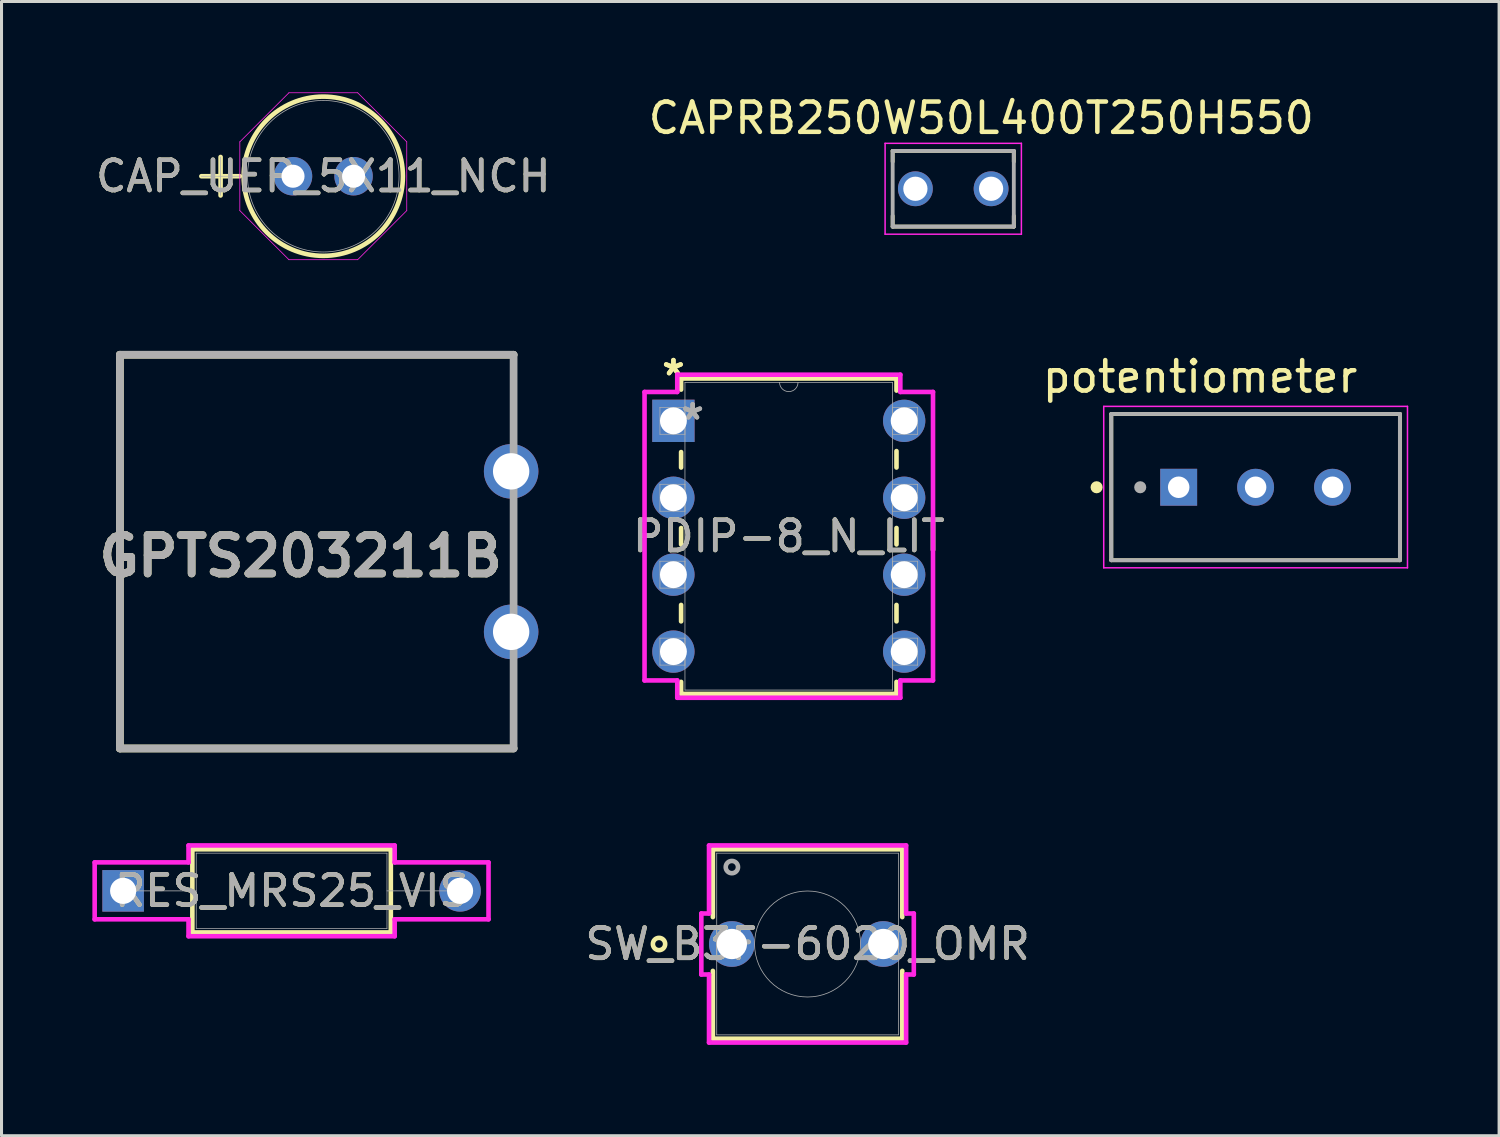
<source format=kicad_pcb>
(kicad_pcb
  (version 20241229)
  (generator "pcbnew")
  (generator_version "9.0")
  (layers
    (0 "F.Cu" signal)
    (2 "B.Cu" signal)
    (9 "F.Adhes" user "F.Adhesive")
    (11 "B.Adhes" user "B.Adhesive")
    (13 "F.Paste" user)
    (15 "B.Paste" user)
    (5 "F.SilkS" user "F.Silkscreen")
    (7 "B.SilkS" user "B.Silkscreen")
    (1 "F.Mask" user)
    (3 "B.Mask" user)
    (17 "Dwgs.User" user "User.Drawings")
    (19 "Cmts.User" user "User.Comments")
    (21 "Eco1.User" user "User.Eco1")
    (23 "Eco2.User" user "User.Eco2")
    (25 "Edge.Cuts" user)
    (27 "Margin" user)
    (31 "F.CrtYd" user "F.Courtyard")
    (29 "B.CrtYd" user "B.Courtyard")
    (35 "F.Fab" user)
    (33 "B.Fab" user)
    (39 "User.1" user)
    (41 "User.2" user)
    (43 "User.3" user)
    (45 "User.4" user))
  (footprint "potentiometer"
    (layer "F.Cu")
    (at 38.41 13.039)
    (property "Reference" "potentiometer" (at -1.833 -3.651 0) (layer "F.SilkS") (effects (font (size 1.004 1.004) (thickness 0.15))))
    (attr through_hole)
    (fp_line (start -4.765 -2.42) (end 4.765 -2.42) (stroke (width 0.127) (type solid)) (layer "F.SilkS"))
    (fp_line (start -4.765 2.41) (end -4.765 -2.42) (stroke (width 0.127) (type solid)) (layer "F.SilkS"))
    (fp_line (start 4.765 -2.42) (end 4.765 2.41) (stroke (width 0.127) (type solid)) (layer "F.SilkS"))
    (fp_line (start 4.765 2.41) (end -4.765 2.41) (stroke (width 0.127) (type solid)) (layer "F.SilkS"))
    (fp_circle (center -5.25 0) (end -5.15 0) (stroke (width 0.2) (type solid)) (fill no) (layer "F.SilkS"))
    (fp_line (start -5.015 -2.67) (end 5.015 -2.67) (stroke (width 0.05) (type solid)) (layer "F.CrtYd"))
    (fp_line (start -5.015 2.66) (end -5.015 -2.67) (stroke (width 0.05) (type solid)) (layer "F.CrtYd"))
    (fp_line (start 5.015 -2.67) (end 5.015 2.66) (stroke (width 0.05) (type solid)) (layer "F.CrtYd"))
    (fp_line (start 5.015 2.66) (end -5.015 2.66) (stroke (width 0.05) (type solid)) (layer "F.CrtYd"))
    (fp_line (start -4.765 -2.42) (end 4.765 -2.42) (stroke (width 0.127) (type solid)) (layer "F.Fab"))
    (fp_line (start -4.765 2.41) (end -4.765 -2.42) (stroke (width 0.127) (type solid)) (layer "F.Fab"))
    (fp_line (start 4.765 -2.42) (end 4.765 2.41) (stroke (width 0.127) (type solid)) (layer "F.Fab"))
    (fp_line (start 4.765 2.41) (end -4.765 2.41) (stroke (width 0.127) (type solid)) (layer "F.Fab"))
    (fp_circle (center -3.81 0) (end -3.71 0) (stroke (width 0.2) (type solid)) (fill no) (layer "F.Fab"))
    (pad "1" thru_hole rect (at -2.54 0) (size 1.218 1.218) (drill 0.71) (layers "*.Cu" "*.Mask"))
    (pad "2" thru_hole circle (at 0 0) (size 1.218 1.218) (drill 0.71) (layers "*.Cu" "*.Mask"))
    (pad "3" thru_hole circle (at 2.54 0) (size 1.218 1.218) (drill 0.71) (layers "*.Cu" "*.Mask")))
  (footprint "CAP_UEP_5X11_NCH"
    (layer "F.Cu")
    (at 6.625 2.769)
    (property "Reference" "CAP_UEP_5X11_NCH" (at 1 0 0) (unlocked yes) (layer "F.SilkS") (effects (font (size 1 1) (thickness 0.15))))
    (attr through_hole)
    (fp_line (start -3.026 0) (end -1.756 0) (stroke (width 0.152) (type solid)) (layer "F.SilkS"))
    (fp_line (start -2.391 -0.635) (end -2.391 0.635) (stroke (width 0.152) (type solid)) (layer "F.SilkS"))
    (fp_circle (center 1 0) (end 3.629 0) (stroke (width 0.152) (type solid)) (fill no) (layer "F.SilkS"))
    (fp_line (start -1.756 -1.135) (end -0.135 -2.756) (stroke (width 0.025) (type solid)) (layer "F.CrtYd"))
    (fp_line (start -1.756 1.135) (end -1.756 -1.135) (stroke (width 0.025) (type solid)) (layer "F.CrtYd"))
    (fp_line (start -0.135 -2.756) (end 2.135 -2.756) (stroke (width 0.025) (type solid)) (layer "F.CrtYd"))
    (fp_line (start -0.135 2.756) (end -1.756 1.135) (stroke (width 0.025) (type solid)) (layer "F.CrtYd"))
    (fp_line (start 2.135 -2.756) (end 3.756 -1.135) (stroke (width 0.025) (type solid)) (layer "F.CrtYd"))
    (fp_line (start 2.135 2.756) (end -0.135 2.756) (stroke (width 0.025) (type solid)) (layer "F.CrtYd"))
    (fp_line (start 3.756 -1.135) (end 3.756 1.135) (stroke (width 0.025) (type solid)) (layer "F.CrtYd"))
    (fp_line (start 3.756 1.135) (end 2.135 2.756) (stroke (width 0.025) (type solid)) (layer "F.CrtYd"))
    (fp_line (start -3.026 0) (end -1.756 0) (stroke (width 0.025) (type solid)) (layer "F.Fab"))
    (fp_line (start -2.391 -0.635) (end -2.391 0.635) (stroke (width 0.025) (type solid)) (layer "F.Fab"))
    (fp_circle (center 1 0) (end 3.502 0) (stroke (width 0.025) (type solid)) (fill no) (layer "F.Fab"))
    (fp_text user "${REFERENCE}" (at 1 0 0) (unlocked yes) (layer "F.Fab") (effects (font (size 1 1) (thickness 0.15))))
    (pad "1" thru_hole circle (at 0 0) (size 1.27 1.27) (drill 0.762) (layers "*.Cu" "*.Mask"))
    (pad "2" thru_hole circle (at 2 0) (size 1.27 1.27) (drill 0.762) (layers "*.Cu" "*.Mask")))
  (footprint "CAPRB250W50L400T250H550"
    (layer "F.Cu")
    (at 28.426 3.183)
    (property "Reference" "CAPRB250W50L400T250H550" (at 0.925 -2.335 0) (layer "F.SilkS") (effects (font (size 1 1) (thickness 0.15))))
    (attr through_hole)
    (fp_line (start -2 -1.25) (end -2 -0.895) (stroke (width 0.127) (type solid)) (layer "F.SilkS"))
    (fp_line (start -2 -1.25) (end 2 -1.25) (stroke (width 0.127) (type solid)) (layer "F.SilkS"))
    (fp_line (start -2 1.25) (end -2 0.895) (stroke (width 0.127) (type solid)) (layer "F.SilkS"))
    (fp_line (start -2 1.25) (end 2 1.25) (stroke (width 0.127) (type solid)) (layer "F.SilkS"))
    (fp_line (start 2 -1.25) (end 2 -0.895) (stroke (width 0.127) (type solid)) (layer "F.SilkS"))
    (fp_line (start 2 1.25) (end 2 0.895) (stroke (width 0.127) (type solid)) (layer "F.SilkS"))
    (fp_line (start -2.25 -1.5) (end -2.25 1.5) (stroke (width 0.05) (type solid)) (layer "F.CrtYd"))
    (fp_line (start -2.25 -1.5) (end 2.25 -1.5) (stroke (width 0.05) (type solid)) (layer "F.CrtYd"))
    (fp_line (start 2.25 -1.5) (end 2.25 1.5) (stroke (width 0.05) (type solid)) (layer "F.CrtYd"))
    (fp_line (start 2.25 1.5) (end -2.25 1.5) (stroke (width 0.05) (type solid)) (layer "F.CrtYd"))
    (fp_line (start -2 -1.25) (end -2 1.25) (stroke (width 0.127) (type solid)) (layer "F.Fab"))
    (fp_line (start -2 -1.25) (end 2 -1.25) (stroke (width 0.127) (type solid)) (layer "F.Fab"))
    (fp_line (start 2 -1.25) (end 2 1.25) (stroke (width 0.127) (type solid)) (layer "F.Fab"))
    (fp_line (start 2 1.25) (end -2 1.25) (stroke (width 0.127) (type solid)) (layer "F.Fab"))
    (pad "1" thru_hole circle (at -1.25 0) (size 1.15 1.15) (drill 0.8) (layers "*.Cu" "*.Mask"))
    (pad "2" thru_hole circle (at 1.25 0) (size 1.15 1.15) (drill 0.8) (layers "*.Cu" "*.Mask")))
  (footprint "GPTS203211B"
    (layer "F.Cu")
    (at 13.909 15.164)
    (property "Reference" "GPTS203211B" (at -7.033 0.148 0) (layer "F.SilkS") (effects (font (size 1.27 1.27) (thickness 0.254))))
    (attr through_hole)
    (fp_line (start -13 -6.5) (end -13 6.5) (stroke (width 0.254) (type solid)) (layer "F.SilkS"))
    (fp_line (start -13 6.5) (end 0 6.5) (stroke (width 0.254) (type solid)) (layer "F.SilkS"))
    (fp_line (start 0 -6.5) (end -13 -6.5) (stroke (width 0.254) (type solid)) (layer "F.SilkS"))
    (fp_line (start -13 -6.5) (end 0 -6.5) (stroke (width 0.254) (type solid)) (layer "F.Fab"))
    (fp_line (start -13 6.5) (end -13 -6.5) (stroke (width 0.254) (type solid)) (layer "F.Fab"))
    (fp_line (start 0 -6.5) (end 0 6.5) (stroke (width 0.254) (type solid)) (layer "F.Fab"))
    (fp_line (start 0 6.5) (end -13 6.5) (stroke (width 0.254) (type solid)) (layer "F.Fab"))
    (fp_text user "${REFERENCE}" (at -7.033 0.148 0) (layer "F.Fab") (effects (font (size 1.27 1.27) (thickness 0.254))))
    (pad "1" thru_hole circle (at -0.081 2.65) (size 1.8 1.8) (drill 1.2) (layers "*.Cu" "*.Mask"))
    (pad "2" thru_hole circle (at -0.081 -2.65) (size 1.8 1.8) (drill 1.2) (layers "*.Cu" "*.Mask")))
  (footprint "RES_MRS25_VIS"
    (layer "F.Cu")
    (at 1.016 26.366)
    (property "Reference" "RES_MRS25_VIS" (at 5.563 0 0) (unlocked yes) (layer "F.SilkS") (effects (font (size 1 1) (thickness 0.15))))
    (attr through_hole)
    (fp_line (start 2.286 -1.372) (end 2.286 1.372) (stroke (width 0.152) (type solid)) (layer "F.SilkS"))
    (fp_line (start 2.286 1.372) (end 8.839 1.372) (stroke (width 0.152) (type solid)) (layer "F.SilkS"))
    (fp_line (start 8.839 -1.372) (end 2.286 -1.372) (stroke (width 0.152) (type solid)) (layer "F.SilkS"))
    (fp_line (start 8.839 1.372) (end 8.839 -1.372) (stroke (width 0.152) (type solid)) (layer "F.SilkS"))
    (fp_line (start -0.94 -0.94) (end 2.159 -0.94) (stroke (width 0.152) (type solid)) (layer "F.CrtYd"))
    (fp_line (start -0.94 0.94) (end -0.94 -0.94) (stroke (width 0.152) (type solid)) (layer "F.CrtYd"))
    (fp_line (start 2.159 -1.499) (end 8.966 -1.499) (stroke (width 0.152) (type solid)) (layer "F.CrtYd"))
    (fp_line (start 2.159 -0.94) (end 2.159 -1.499) (stroke (width 0.152) (type solid)) (layer "F.CrtYd"))
    (fp_line (start 2.159 0.94) (end -0.94 0.94) (stroke (width 0.152) (type solid)) (layer "F.CrtYd"))
    (fp_line (start 2.159 1.499) (end 2.159 0.94) (stroke (width 0.152) (type solid)) (layer "F.CrtYd"))
    (fp_line (start 8.966 -1.499) (end 8.966 -0.94) (stroke (width 0.152) (type solid)) (layer "F.CrtYd"))
    (fp_line (start 8.966 -0.94) (end 12.065 -0.94) (stroke (width 0.152) (type solid)) (layer "F.CrtYd"))
    (fp_line (start 8.966 0.94) (end 8.966 1.499) (stroke (width 0.152) (type solid)) (layer "F.CrtYd"))
    (fp_line (start 8.966 1.499) (end 2.159 1.499) (stroke (width 0.152) (type solid)) (layer "F.CrtYd"))
    (fp_line (start 12.065 -0.94) (end 12.065 0.94) (stroke (width 0.152) (type solid)) (layer "F.CrtYd"))
    (fp_line (start 12.065 0.94) (end 8.966 0.94) (stroke (width 0.152) (type solid)) (layer "F.CrtYd"))
    (fp_line (start 0 0) (end 2.413 0) (stroke (width 0.025) (type solid)) (layer "F.Fab"))
    (fp_line (start 2.413 -1.245) (end 2.413 1.245) (stroke (width 0.025) (type solid)) (layer "F.Fab"))
    (fp_line (start 2.413 1.245) (end 8.712 1.245) (stroke (width 0.025) (type solid)) (layer "F.Fab"))
    (fp_line (start 8.712 -1.245) (end 2.413 -1.245) (stroke (width 0.025) (type solid)) (layer "F.Fab"))
    (fp_line (start 8.712 1.245) (end 8.712 -1.245) (stroke (width 0.025) (type solid)) (layer "F.Fab"))
    (fp_line (start 11.125 0) (end 8.712 0) (stroke (width 0.025) (type solid)) (layer "F.Fab"))
    (fp_text user "${REFERENCE}" (at 5.563 0 0) (unlocked yes) (layer "F.Fab") (effects (font (size 1 1) (thickness 0.15))))
    (pad "1" thru_hole rect (at 0 0) (size 1.372 1.372) (drill 0.864) (layers "*.Cu" "*.Mask"))
    (pad "2" thru_hole circle (at 11.125 0) (size 1.372 1.372) (drill 0.864) (layers "*.Cu" "*.Mask")))
  (footprint "PDIP-8_N_LIT"
    (layer "F.Cu")
    (at 19.186 10.846)
    (property "Reference" "PDIP-8_N_LIT" (at 3.81 3.81 0) (unlocked yes) (layer "F.SilkS") (effects (font (size 1 1) (thickness 0.15))))
    (attr through_hole)
    (fp_line (start 0.254 -1.397) (end 0.254 -1.031) (stroke (width 0.152) (type solid)) (layer "F.SilkS"))
    (fp_line (start 0.254 1.031) (end 0.254 1.541) (stroke (width 0.152) (type solid)) (layer "F.SilkS"))
    (fp_line (start 0.254 3.539) (end 0.254 4.081) (stroke (width 0.152) (type solid)) (layer "F.SilkS"))
    (fp_line (start 0.254 6.079) (end 0.254 6.621) (stroke (width 0.152) (type solid)) (layer "F.SilkS"))
    (fp_line (start 0.254 8.619) (end 0.254 9.017) (stroke (width 0.152) (type solid)) (layer "F.SilkS"))
    (fp_line (start 0.254 9.017) (end 7.366 9.017) (stroke (width 0.152) (type solid)) (layer "F.SilkS"))
    (fp_line (start 7.366 -1.397) (end 0.254 -1.397) (stroke (width 0.152) (type solid)) (layer "F.SilkS"))
    (fp_line (start 7.366 -0.999) (end 7.366 -1.397) (stroke (width 0.152) (type solid)) (layer "F.SilkS"))
    (fp_line (start 7.366 1.541) (end 7.366 0.999) (stroke (width 0.152) (type solid)) (layer "F.SilkS"))
    (fp_line (start 7.366 4.081) (end 7.366 3.539) (stroke (width 0.152) (type solid)) (layer "F.SilkS"))
    (fp_line (start 7.366 6.621) (end 7.366 6.079) (stroke (width 0.152) (type solid)) (layer "F.SilkS"))
    (fp_line (start 7.366 9.017) (end 7.366 8.619) (stroke (width 0.152) (type solid)) (layer "F.SilkS"))
    (fp_line (start -0.953 -0.953) (end 0.127 -0.953) (stroke (width 0.152) (type solid)) (layer "F.CrtYd"))
    (fp_line (start -0.953 8.572) (end -0.953 -0.953) (stroke (width 0.152) (type solid)) (layer "F.CrtYd"))
    (fp_line (start 0.127 -1.524) (end 7.493 -1.524) (stroke (width 0.152) (type solid)) (layer "F.CrtYd"))
    (fp_line (start 0.127 -0.953) (end 0.127 -1.524) (stroke (width 0.152) (type solid)) (layer "F.CrtYd"))
    (fp_line (start 0.127 8.572) (end -0.953 8.572) (stroke (width 0.152) (type solid)) (layer "F.CrtYd"))
    (fp_line (start 0.127 9.144) (end 0.127 8.572) (stroke (width 0.152) (type solid)) (layer "F.CrtYd"))
    (fp_line (start 7.493 -1.524) (end 7.493 -0.953) (stroke (width 0.152) (type solid)) (layer "F.CrtYd"))
    (fp_line (start 7.493 8.572) (end 7.493 9.144) (stroke (width 0.152) (type solid)) (layer "F.CrtYd"))
    (fp_line (start 7.493 9.144) (end 0.127 9.144) (stroke (width 0.152) (type solid)) (layer "F.CrtYd"))
    (fp_line (start 8.572 -0.953) (end 7.493 -0.953) (stroke (width 0.152) (type solid)) (layer "F.CrtYd"))
    (fp_line (start 8.572 -0.953) (end 8.572 8.572) (stroke (width 0.152) (type solid)) (layer "F.CrtYd"))
    (fp_line (start 8.572 8.572) (end 7.493 8.572) (stroke (width 0.152) (type solid)) (layer "F.CrtYd"))
    (fp_line (start -0.445 -0.445) (end -0.445 0.445) (stroke (width 0.025) (type solid)) (layer "F.Fab"))
    (fp_line (start -0.445 0.445) (end 0.381 0.445) (stroke (width 0.025) (type solid)) (layer "F.Fab"))
    (fp_line (start -0.445 2.095) (end -0.445 2.985) (stroke (width 0.025) (type solid)) (layer "F.Fab"))
    (fp_line (start -0.445 2.985) (end 0.381 2.985) (stroke (width 0.025) (type solid)) (layer "F.Fab"))
    (fp_line (start -0.445 4.636) (end -0.445 5.524) (stroke (width 0.025) (type solid)) (layer "F.Fab"))
    (fp_line (start -0.445 5.524) (end 0.381 5.524) (stroke (width 0.025) (type solid)) (layer "F.Fab"))
    (fp_line (start -0.445 7.176) (end -0.445 8.065) (stroke (width 0.025) (type solid)) (layer "F.Fab"))
    (fp_line (start -0.445 8.065) (end 0.381 8.065) (stroke (width 0.025) (type solid)) (layer "F.Fab"))
    (fp_line (start 0.381 -1.27) (end 0.381 8.89) (stroke (width 0.025) (type solid)) (layer "F.Fab"))
    (fp_line (start 0.381 -0.445) (end -0.445 -0.445) (stroke (width 0.025) (type solid)) (layer "F.Fab"))
    (fp_line (start 0.381 0.445) (end 0.381 -0.445) (stroke (width 0.025) (type solid)) (layer "F.Fab"))
    (fp_line (start 0.381 2.095) (end -0.445 2.095) (stroke (width 0.025) (type solid)) (layer "F.Fab"))
    (fp_line (start 0.381 2.985) (end 0.381 2.095) (stroke (width 0.025) (type solid)) (layer "F.Fab"))
    (fp_line (start 0.381 4.636) (end -0.445 4.636) (stroke (width 0.025) (type solid)) (layer "F.Fab"))
    (fp_line (start 0.381 5.524) (end 0.381 4.636) (stroke (width 0.025) (type solid)) (layer "F.Fab"))
    (fp_line (start 0.381 7.176) (end -0.445 7.176) (stroke (width 0.025) (type solid)) (layer "F.Fab"))
    (fp_line (start 0.381 8.065) (end 0.381 7.176) (stroke (width 0.025) (type solid)) (layer "F.Fab"))
    (fp_line (start 0.381 8.89) (end 7.239 8.89) (stroke (width 0.025) (type solid)) (layer "F.Fab"))
    (fp_line (start 7.239 -1.27) (end 0.381 -1.27) (stroke (width 0.025) (type solid)) (layer "F.Fab"))
    (fp_line (start 7.239 -0.445) (end 7.239 0.445) (stroke (width 0.025) (type solid)) (layer "F.Fab"))
    (fp_line (start 7.239 0.445) (end 8.065 0.445) (stroke (width 0.025) (type solid)) (layer "F.Fab"))
    (fp_line (start 7.239 2.095) (end 7.239 2.985) (stroke (width 0.025) (type solid)) (layer "F.Fab"))
    (fp_line (start 7.239 2.985) (end 8.065 2.985) (stroke (width 0.025) (type solid)) (layer "F.Fab"))
    (fp_line (start 7.239 4.636) (end 7.239 5.524) (stroke (width 0.025) (type solid)) (layer "F.Fab"))
    (fp_line (start 7.239 5.524) (end 8.065 5.524) (stroke (width 0.025) (type solid)) (layer "F.Fab"))
    (fp_line (start 7.239 7.176) (end 7.239 8.065) (stroke (width 0.025) (type solid)) (layer "F.Fab"))
    (fp_line (start 7.239 8.065) (end 8.065 8.065) (stroke (width 0.025) (type solid)) (layer "F.Fab"))
    (fp_line (start 7.239 8.89) (end 7.239 -1.27) (stroke (width 0.025) (type solid)) (layer "F.Fab"))
    (fp_line (start 8.065 -0.445) (end 7.239 -0.445) (stroke (width 0.025) (type solid)) (layer "F.Fab"))
    (fp_line (start 8.065 0.445) (end 8.065 -0.445) (stroke (width 0.025) (type solid)) (layer "F.Fab"))
    (fp_line (start 8.065 2.095) (end 7.239 2.095) (stroke (width 0.025) (type solid)) (layer "F.Fab"))
    (fp_line (start 8.065 2.985) (end 8.065 2.095) (stroke (width 0.025) (type solid)) (layer "F.Fab"))
    (fp_line (start 8.065 4.636) (end 7.239 4.636) (stroke (width 0.025) (type solid)) (layer "F.Fab"))
    (fp_line (start 8.065 5.524) (end 8.065 4.636) (stroke (width 0.025) (type solid)) (layer "F.Fab"))
    (fp_line (start 8.065 7.176) (end 7.239 7.176) (stroke (width 0.025) (type solid)) (layer "F.Fab"))
    (fp_line (start 8.065 8.065) (end 8.065 7.176) (stroke (width 0.025) (type solid)) (layer "F.Fab"))
    (fp_arc (start 4.1148 -1.27) (mid 3.81 -0.9652) (end 3.5052 -1.27) (stroke (width 0.0254) (type solid)) (layer "F.Fab"))
    (fp_text user "*" (at 0 -1.46 0) (unlocked yes) (layer "F.SilkS") (effects (font (size 1 1) (thickness 0.15))))
    (fp_text user "*" (at 0 -1.46 0) (layer "F.SilkS") (effects (font (size 1 1) (thickness 0.15))))
    (fp_text user "${REFERENCE}" (at 3.81 3.81 0) (unlocked yes) (layer "F.Fab") (effects (font (size 1 1) (thickness 0.15))))
    (fp_text user "*" (at 0.635 0 0) (layer "F.Fab") (effects (font (size 1 1) (thickness 0.15))))
    (fp_text user "*" (at 0.635 0 0) (unlocked yes) (layer "F.Fab") (effects (font (size 1 1) (thickness 0.15))))
    (pad "1" thru_hole rect (at 0 0) (size 1.397 1.397) (drill 0.889) (layers "*.Cu" "*.Mask"))
    (pad "2" thru_hole circle (at 0 2.54) (size 1.397 1.397) (drill 0.889) (layers "*.Cu" "*.Mask"))
    (pad "3" thru_hole circle (at 0 5.08) (size 1.397 1.397) (drill 0.889) (layers "*.Cu" "*.Mask"))
    (pad "4" thru_hole circle (at 0 7.62) (size 1.397 1.397) (drill 0.889) (layers "*.Cu" "*.Mask"))
    (pad "5" thru_hole circle (at 7.62 7.62) (size 1.397 1.397) (drill 0.889) (layers "*.Cu" "*.Mask"))
    (pad "6" thru_hole circle (at 7.62 5.08) (size 1.397 1.397) (drill 0.889) (layers "*.Cu" "*.Mask"))
    (pad "7" thru_hole circle (at 7.62 2.54) (size 1.397 1.397) (drill 0.889) (layers "*.Cu" "*.Mask"))
    (pad "8" thru_hole circle (at 7.62 0) (size 1.397 1.397) (drill 0.889) (layers "*.Cu" "*.Mask")))
  (footprint "SW_B3F-6020_OMR"
    (layer "F.Cu")
    (at 21.116 28.121)
    (property "Reference" "SW_B3F-6020_OMR" (at 2.5 0 0) (unlocked yes) (layer "F.SilkS") (effects (font (size 1 1) (thickness 0.15))))
    (attr through_hole)
    (fp_line (start -0.627 -3.127) (end -0.627 -0.888) (stroke (width 0.152) (type solid)) (layer "F.SilkS"))
    (fp_line (start -0.627 0.888) (end -0.627 3.127) (stroke (width 0.152) (type solid)) (layer "F.SilkS"))
    (fp_line (start -0.627 3.127) (end 5.627 3.127) (stroke (width 0.152) (type solid)) (layer "F.SilkS"))
    (fp_line (start 5.627 -3.127) (end -0.627 -3.127) (stroke (width 0.152) (type solid)) (layer "F.SilkS"))
    (fp_line (start 5.627 -0.888) (end 5.627 -3.127) (stroke (width 0.152) (type solid)) (layer "F.SilkS"))
    (fp_line (start 5.627 3.127) (end 5.627 0.888) (stroke (width 0.152) (type solid)) (layer "F.SilkS"))
    (fp_circle (center -2.405 0) (end -2.202 0) (stroke (width 0.152) (type solid)) (fill no) (layer "F.SilkS"))
    (fp_line (start -1.008 -1.008) (end -0.754 -1.008) (stroke (width 0.152) (type solid)) (layer "F.CrtYd"))
    (fp_line (start -1.008 1.008) (end -1.008 -1.008) (stroke (width 0.152) (type solid)) (layer "F.CrtYd"))
    (fp_line (start -1.008 1.008) (end -0.754 1.008) (stroke (width 0.152) (type solid)) (layer "F.CrtYd"))
    (fp_line (start -0.754 -3.254) (end 5.754 -3.254) (stroke (width 0.152) (type solid)) (layer "F.CrtYd"))
    (fp_line (start -0.754 -1.008) (end -0.754 -3.254) (stroke (width 0.152) (type solid)) (layer "F.CrtYd"))
    (fp_line (start -0.754 3.254) (end -0.754 1.008) (stroke (width 0.152) (type solid)) (layer "F.CrtYd"))
    (fp_line (start 5.754 -3.254) (end 5.754 -1.008) (stroke (width 0.152) (type solid)) (layer "F.CrtYd"))
    (fp_line (start 5.754 1.008) (end 5.754 3.254) (stroke (width 0.152) (type solid)) (layer "F.CrtYd"))
    (fp_line (start 5.754 3.254) (end -0.754 3.254) (stroke (width 0.152) (type solid)) (layer "F.CrtYd"))
    (fp_line (start 6.008 -1.008) (end 5.754 -1.008) (stroke (width 0.152) (type solid)) (layer "F.CrtYd"))
    (fp_line (start 6.008 -1.008) (end 6.008 1.008) (stroke (width 0.152) (type solid)) (layer "F.CrtYd"))
    (fp_line (start 6.008 1.008) (end 5.754 1.008) (stroke (width 0.152) (type solid)) (layer "F.CrtYd"))
    (fp_line (start -0.5 -3) (end -0.5 3) (stroke (width 0.025) (type solid)) (layer "F.Fab"))
    (fp_line (start -0.5 3) (end 5.5 3) (stroke (width 0.025) (type solid)) (layer "F.Fab"))
    (fp_line (start -0.5 -0.5) (end -0.5 -0.5) (stroke (width 0.025) (type solid)) (layer "F.Fab"))
    (fp_line (start -0.5 -0.5) (end -0.5 0.5) (stroke (width 0.025) (type solid)) (layer "F.Fab"))
    (fp_line (start -0.5 0.5) (end -0.5 -0.5) (stroke (width 0.025) (type solid)) (layer "F.Fab"))
    (fp_line (start -0.5 0.5) (end -0.5 0.5) (stroke (width 0.025) (type solid)) (layer "F.Fab"))
    (fp_line (start 5.5 -0.5) (end 5.5 -0.5) (stroke (width 0.025) (type solid)) (layer "F.Fab"))
    (fp_line (start 5.5 0.5) (end 5.5 -0.5) (stroke (width 0.025) (type solid)) (layer "F.Fab"))
    (fp_line (start 5.5 -0.5) (end 5.5 0.5) (stroke (width 0.025) (type solid)) (layer "F.Fab"))
    (fp_line (start 5.5 0.5) (end 5.5 0.5) (stroke (width 0.025) (type solid)) (layer "F.Fab"))
    (fp_line (start 5.5 -3) (end -0.5 -3) (stroke (width 0.025) (type solid)) (layer "F.Fab"))
    (fp_line (start 5.5 3) (end 5.5 -3) (stroke (width 0.025) (type solid)) (layer "F.Fab"))
    (fp_circle (center 0 -2.54) (end 0.203 -2.54) (stroke (width 0.152) (type solid)) (fill no) (layer "F.Fab"))
    (fp_circle (center 2.5 0) (end 4.25 0) (stroke (width 0.025) (type solid)) (fill no) (layer "F.Fab"))
    (fp_text user "${REFERENCE}" (at 2.5 0 0) (unlocked yes) (layer "F.Fab") (effects (font (size 1 1) (thickness 0.15))))
    (pad "1" thru_hole circle (at 0 0) (size 1.508 1.508) (drill 1) (layers "*.Cu" "*.Mask"))
    (pad "2" thru_hole circle (at 5 0) (size 1.508 1.508) (drill 1) (layers "*.Cu" "*.Mask")))
  (gr_rect
    (start -3 -3)
    (end 46.45 34.452)
    (stroke (width 0.1) (type default))
    (fill no)
    (layer "Edge.Cuts")))
</source>
